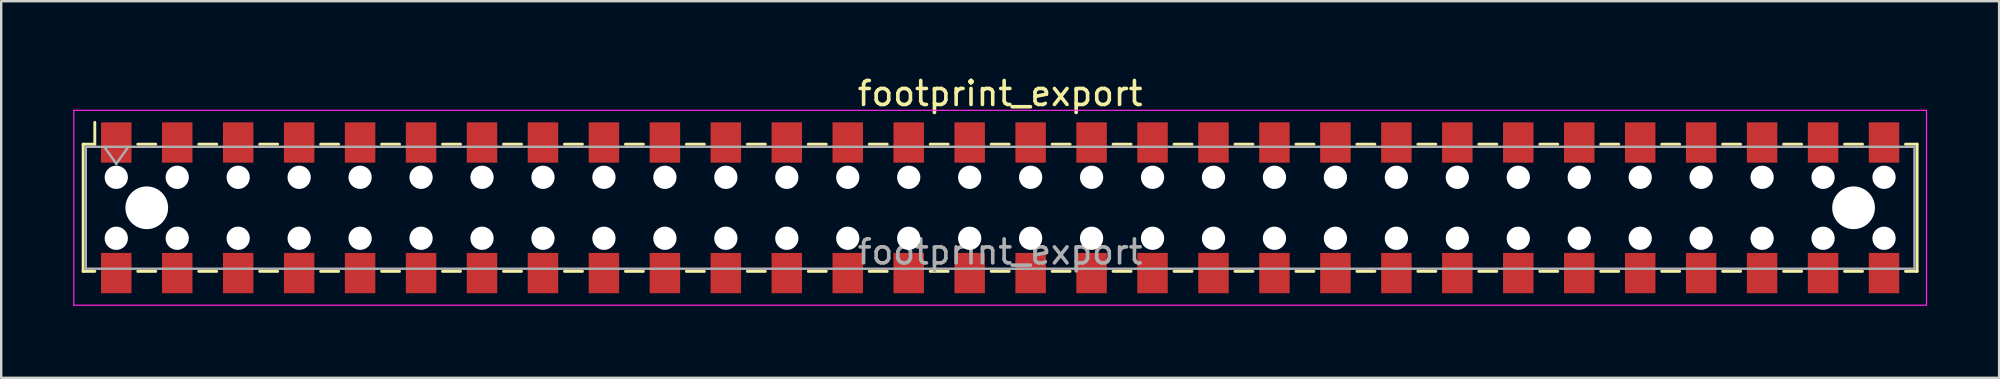
<source format=kicad_pcb>
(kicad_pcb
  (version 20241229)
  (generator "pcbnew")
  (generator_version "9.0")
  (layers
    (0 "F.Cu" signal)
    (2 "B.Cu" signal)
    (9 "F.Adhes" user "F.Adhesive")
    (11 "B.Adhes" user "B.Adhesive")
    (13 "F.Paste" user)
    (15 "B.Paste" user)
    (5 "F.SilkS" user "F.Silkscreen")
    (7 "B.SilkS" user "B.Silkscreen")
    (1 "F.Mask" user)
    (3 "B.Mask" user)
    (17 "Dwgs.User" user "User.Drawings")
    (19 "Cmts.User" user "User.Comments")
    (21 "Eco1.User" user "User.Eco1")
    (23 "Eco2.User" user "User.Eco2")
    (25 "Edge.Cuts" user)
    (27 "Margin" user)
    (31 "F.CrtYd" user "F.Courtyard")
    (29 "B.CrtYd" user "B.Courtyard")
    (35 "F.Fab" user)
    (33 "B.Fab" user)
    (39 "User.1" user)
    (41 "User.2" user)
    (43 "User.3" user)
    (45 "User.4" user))
  (footprint "footprint_export"
    (layer "F.Cu")
    (at 38.625 5.608)
    (property "Reference" "footprint_export" (at 0 -4.76 0) (layer "F.SilkS") (effects (font (size 1 1) (thickness 0.15))))
    (attr smd)
    (fp_line (start -38.21 -2.65) (end -38.21 2.65) (stroke (width 0.12) (type solid)) (layer "F.SilkS"))
    (fp_line (start -38.21 2.65) (end -37.725 2.65) (stroke (width 0.12) (type solid)) (layer "F.SilkS"))
    (fp_line (start -37.725 -3.56) (end -37.725 -2.65) (stroke (width 0.12) (type solid)) (layer "F.SilkS"))
    (fp_line (start -37.725 -2.65) (end -38.21 -2.65) (stroke (width 0.12) (type solid)) (layer "F.SilkS"))
    (fp_line (start -35.935 -2.65) (end -35.185 -2.65) (stroke (width 0.12) (type solid)) (layer "F.SilkS"))
    (fp_line (start -35.935 2.65) (end -35.185 2.65) (stroke (width 0.12) (type solid)) (layer "F.SilkS"))
    (fp_line (start -33.395 -2.65) (end -32.645 -2.65) (stroke (width 0.12) (type solid)) (layer "F.SilkS"))
    (fp_line (start -33.395 2.65) (end -32.645 2.65) (stroke (width 0.12) (type solid)) (layer "F.SilkS"))
    (fp_line (start -30.855 -2.65) (end -30.105 -2.65) (stroke (width 0.12) (type solid)) (layer "F.SilkS"))
    (fp_line (start -30.855 2.65) (end -30.105 2.65) (stroke (width 0.12) (type solid)) (layer "F.SilkS"))
    (fp_line (start -28.315 -2.65) (end -27.565 -2.65) (stroke (width 0.12) (type solid)) (layer "F.SilkS"))
    (fp_line (start -28.315 2.65) (end -27.565 2.65) (stroke (width 0.12) (type solid)) (layer "F.SilkS"))
    (fp_line (start -25.775 -2.65) (end -25.025 -2.65) (stroke (width 0.12) (type solid)) (layer "F.SilkS"))
    (fp_line (start -25.775 2.65) (end -25.025 2.65) (stroke (width 0.12) (type solid)) (layer "F.SilkS"))
    (fp_line (start -23.235 -2.65) (end -22.485 -2.65) (stroke (width 0.12) (type solid)) (layer "F.SilkS"))
    (fp_line (start -23.235 2.65) (end -22.485 2.65) (stroke (width 0.12) (type solid)) (layer "F.SilkS"))
    (fp_line (start -20.695 -2.65) (end -19.945 -2.65) (stroke (width 0.12) (type solid)) (layer "F.SilkS"))
    (fp_line (start -20.695 2.65) (end -19.945 2.65) (stroke (width 0.12) (type solid)) (layer "F.SilkS"))
    (fp_line (start -18.155 -2.65) (end -17.405 -2.65) (stroke (width 0.12) (type solid)) (layer "F.SilkS"))
    (fp_line (start -18.155 2.65) (end -17.405 2.65) (stroke (width 0.12) (type solid)) (layer "F.SilkS"))
    (fp_line (start -15.615 -2.65) (end -14.865 -2.65) (stroke (width 0.12) (type solid)) (layer "F.SilkS"))
    (fp_line (start -15.615 2.65) (end -14.865 2.65) (stroke (width 0.12) (type solid)) (layer "F.SilkS"))
    (fp_line (start -13.075 -2.65) (end -12.325 -2.65) (stroke (width 0.12) (type solid)) (layer "F.SilkS"))
    (fp_line (start -13.075 2.65) (end -12.325 2.65) (stroke (width 0.12) (type solid)) (layer "F.SilkS"))
    (fp_line (start -10.535 -2.65) (end -9.785 -2.65) (stroke (width 0.12) (type solid)) (layer "F.SilkS"))
    (fp_line (start -10.535 2.65) (end -9.785 2.65) (stroke (width 0.12) (type solid)) (layer "F.SilkS"))
    (fp_line (start -7.995 -2.65) (end -7.245 -2.65) (stroke (width 0.12) (type solid)) (layer "F.SilkS"))
    (fp_line (start -7.995 2.65) (end -7.245 2.65) (stroke (width 0.12) (type solid)) (layer "F.SilkS"))
    (fp_line (start -5.455 -2.65) (end -4.705 -2.65) (stroke (width 0.12) (type solid)) (layer "F.SilkS"))
    (fp_line (start -5.455 2.65) (end -4.705 2.65) (stroke (width 0.12) (type solid)) (layer "F.SilkS"))
    (fp_line (start -2.915 -2.65) (end -2.165 -2.65) (stroke (width 0.12) (type solid)) (layer "F.SilkS"))
    (fp_line (start -2.915 2.65) (end -2.165 2.65) (stroke (width 0.12) (type solid)) (layer "F.SilkS"))
    (fp_line (start -0.375 -2.65) (end 0.375 -2.65) (stroke (width 0.12) (type solid)) (layer "F.SilkS"))
    (fp_line (start -0.375 2.65) (end 0.375 2.65) (stroke (width 0.12) (type solid)) (layer "F.SilkS"))
    (fp_line (start 2.165 -2.65) (end 2.915 -2.65) (stroke (width 0.12) (type solid)) (layer "F.SilkS"))
    (fp_line (start 2.165 2.65) (end 2.915 2.65) (stroke (width 0.12) (type solid)) (layer "F.SilkS"))
    (fp_line (start 4.705 -2.65) (end 5.455 -2.65) (stroke (width 0.12) (type solid)) (layer "F.SilkS"))
    (fp_line (start 4.705 2.65) (end 5.455 2.65) (stroke (width 0.12) (type solid)) (layer "F.SilkS"))
    (fp_line (start 7.245 -2.65) (end 7.995 -2.65) (stroke (width 0.12) (type solid)) (layer "F.SilkS"))
    (fp_line (start 7.245 2.65) (end 7.995 2.65) (stroke (width 0.12) (type solid)) (layer "F.SilkS"))
    (fp_line (start 9.785 -2.65) (end 10.535 -2.65) (stroke (width 0.12) (type solid)) (layer "F.SilkS"))
    (fp_line (start 9.785 2.65) (end 10.535 2.65) (stroke (width 0.12) (type solid)) (layer "F.SilkS"))
    (fp_line (start 12.325 -2.65) (end 13.075 -2.65) (stroke (width 0.12) (type solid)) (layer "F.SilkS"))
    (fp_line (start 12.325 2.65) (end 13.075 2.65) (stroke (width 0.12) (type solid)) (layer "F.SilkS"))
    (fp_line (start 14.865 -2.65) (end 15.615 -2.65) (stroke (width 0.12) (type solid)) (layer "F.SilkS"))
    (fp_line (start 14.865 2.65) (end 15.615 2.65) (stroke (width 0.12) (type solid)) (layer "F.SilkS"))
    (fp_line (start 17.405 -2.65) (end 18.155 -2.65) (stroke (width 0.12) (type solid)) (layer "F.SilkS"))
    (fp_line (start 17.405 2.65) (end 18.155 2.65) (stroke (width 0.12) (type solid)) (layer "F.SilkS"))
    (fp_line (start 19.945 -2.65) (end 20.695 -2.65) (stroke (width 0.12) (type solid)) (layer "F.SilkS"))
    (fp_line (start 19.945 2.65) (end 20.695 2.65) (stroke (width 0.12) (type solid)) (layer "F.SilkS"))
    (fp_line (start 22.485 -2.65) (end 23.235 -2.65) (stroke (width 0.12) (type solid)) (layer "F.SilkS"))
    (fp_line (start 22.485 2.65) (end 23.235 2.65) (stroke (width 0.12) (type solid)) (layer "F.SilkS"))
    (fp_line (start 25.025 -2.65) (end 25.775 -2.65) (stroke (width 0.12) (type solid)) (layer "F.SilkS"))
    (fp_line (start 25.025 2.65) (end 25.775 2.65) (stroke (width 0.12) (type solid)) (layer "F.SilkS"))
    (fp_line (start 27.565 -2.65) (end 28.315 -2.65) (stroke (width 0.12) (type solid)) (layer "F.SilkS"))
    (fp_line (start 27.565 2.65) (end 28.315 2.65) (stroke (width 0.12) (type solid)) (layer "F.SilkS"))
    (fp_line (start 30.105 -2.65) (end 30.855 -2.65) (stroke (width 0.12) (type solid)) (layer "F.SilkS"))
    (fp_line (start 30.105 2.65) (end 30.855 2.65) (stroke (width 0.12) (type solid)) (layer "F.SilkS"))
    (fp_line (start 32.645 -2.65) (end 33.395 -2.65) (stroke (width 0.12) (type solid)) (layer "F.SilkS"))
    (fp_line (start 32.645 2.65) (end 33.395 2.65) (stroke (width 0.12) (type solid)) (layer "F.SilkS"))
    (fp_line (start 35.185 -2.65) (end 35.935 -2.65) (stroke (width 0.12) (type solid)) (layer "F.SilkS"))
    (fp_line (start 35.185 2.65) (end 35.935 2.65) (stroke (width 0.12) (type solid)) (layer "F.SilkS"))
    (fp_line (start 37.725 -2.65) (end 38.21 -2.65) (stroke (width 0.12) (type solid)) (layer "F.SilkS"))
    (fp_line (start 38.21 -2.65) (end 38.21 2.65) (stroke (width 0.12) (type solid)) (layer "F.SilkS"))
    (fp_line (start 38.21 2.65) (end 37.725 2.65) (stroke (width 0.12) (type solid)) (layer "F.SilkS"))
    (fp_line (start -38.6 -4.06) (end 38.6 -4.06) (stroke (width 0.05) (type solid)) (layer "F.CrtYd"))
    (fp_line (start -38.6 4.06) (end -38.6 -4.06) (stroke (width 0.05) (type solid)) (layer "F.CrtYd"))
    (fp_line (start 38.6 -4.06) (end 38.6 4.06) (stroke (width 0.05) (type solid)) (layer "F.CrtYd"))
    (fp_line (start 38.6 4.06) (end -38.6 4.06) (stroke (width 0.05) (type solid)) (layer "F.CrtYd"))
    (fp_line (start -38.1 -2.54) (end 38.1 -2.54) (stroke (width 0.1) (type solid)) (layer "F.Fab"))
    (fp_line (start -38.1 2.54) (end -38.1 -2.54) (stroke (width 0.1) (type solid)) (layer "F.Fab"))
    (fp_line (start -37.33 -2.54) (end -36.83 -1.833) (stroke (width 0.1) (type solid)) (layer "F.Fab"))
    (fp_line (start -36.83 -1.833) (end -36.33 -2.54) (stroke (width 0.1) (type solid)) (layer "F.Fab"))
    (fp_line (start 38.1 -2.54) (end 38.1 2.54) (stroke (width 0.1) (type solid)) (layer "F.Fab"))
    (fp_line (start 38.1 2.54) (end -38.1 2.54) (stroke (width 0.1) (type solid)) (layer "F.Fab"))
    (fp_text user "${REFERENCE}" (at 0 1.84 0) (layer "F.Fab") (effects (font (size 1 1) (thickness 0.15))))
    (pad "" np_thru_hole circle (at -36.83 -1.27) (size 0.97 0.97) (drill 0.97) (layers "*.Cu" "*.Mask"))
    (pad "" np_thru_hole circle (at -36.83 1.27) (size 0.97 0.97) (drill 0.97) (layers "*.Cu" "*.Mask"))
    (pad "" np_thru_hole circle (at -35.56 0) (size 1.78 1.78) (drill 1.78) (layers "*.Cu" "*.Mask"))
    (pad "" np_thru_hole circle (at -34.29 -1.27) (size 0.97 0.97) (drill 0.97) (layers "*.Cu" "*.Mask"))
    (pad "" np_thru_hole circle (at -34.29 1.27) (size 0.97 0.97) (drill 0.97) (layers "*.Cu" "*.Mask"))
    (pad "" np_thru_hole circle (at -31.75 -1.27) (size 0.97 0.97) (drill 0.97) (layers "*.Cu" "*.Mask"))
    (pad "" np_thru_hole circle (at -31.75 1.27) (size 0.97 0.97) (drill 0.97) (layers "*.Cu" "*.Mask"))
    (pad "" np_thru_hole circle (at -29.21 -1.27) (size 0.97 0.97) (drill 0.97) (layers "*.Cu" "*.Mask"))
    (pad "" np_thru_hole circle (at -29.21 1.27) (size 0.97 0.97) (drill 0.97) (layers "*.Cu" "*.Mask"))
    (pad "" np_thru_hole circle (at -26.67 -1.27) (size 0.97 0.97) (drill 0.97) (layers "*.Cu" "*.Mask"))
    (pad "" np_thru_hole circle (at -26.67 1.27) (size 0.97 0.97) (drill 0.97) (layers "*.Cu" "*.Mask"))
    (pad "" np_thru_hole circle (at -24.13 -1.27) (size 0.97 0.97) (drill 0.97) (layers "*.Cu" "*.Mask"))
    (pad "" np_thru_hole circle (at -24.13 1.27) (size 0.97 0.97) (drill 0.97) (layers "*.Cu" "*.Mask"))
    (pad "" np_thru_hole circle (at -21.59 -1.27) (size 0.97 0.97) (drill 0.97) (layers "*.Cu" "*.Mask"))
    (pad "" np_thru_hole circle (at -21.59 1.27) (size 0.97 0.97) (drill 0.97) (layers "*.Cu" "*.Mask"))
    (pad "" np_thru_hole circle (at -19.05 -1.27) (size 0.97 0.97) (drill 0.97) (layers "*.Cu" "*.Mask"))
    (pad "" np_thru_hole circle (at -19.05 1.27) (size 0.97 0.97) (drill 0.97) (layers "*.Cu" "*.Mask"))
    (pad "" np_thru_hole circle (at -16.51 -1.27) (size 0.97 0.97) (drill 0.97) (layers "*.Cu" "*.Mask"))
    (pad "" np_thru_hole circle (at -16.51 1.27) (size 0.97 0.97) (drill 0.97) (layers "*.Cu" "*.Mask"))
    (pad "" np_thru_hole circle (at -13.97 -1.27) (size 0.97 0.97) (drill 0.97) (layers "*.Cu" "*.Mask"))
    (pad "" np_thru_hole circle (at -13.97 1.27) (size 0.97 0.97) (drill 0.97) (layers "*.Cu" "*.Mask"))
    (pad "" np_thru_hole circle (at -11.43 -1.27) (size 0.97 0.97) (drill 0.97) (layers "*.Cu" "*.Mask"))
    (pad "" np_thru_hole circle (at -11.43 1.27) (size 0.97 0.97) (drill 0.97) (layers "*.Cu" "*.Mask"))
    (pad "" np_thru_hole circle (at -8.89 -1.27) (size 0.97 0.97) (drill 0.97) (layers "*.Cu" "*.Mask"))
    (pad "" np_thru_hole circle (at -8.89 1.27) (size 0.97 0.97) (drill 0.97) (layers "*.Cu" "*.Mask"))
    (pad "" np_thru_hole circle (at -6.35 -1.27) (size 0.97 0.97) (drill 0.97) (layers "*.Cu" "*.Mask"))
    (pad "" np_thru_hole circle (at -6.35 1.27) (size 0.97 0.97) (drill 0.97) (layers "*.Cu" "*.Mask"))
    (pad "" np_thru_hole circle (at -3.81 -1.27) (size 0.97 0.97) (drill 0.97) (layers "*.Cu" "*.Mask"))
    (pad "" np_thru_hole circle (at -3.81 1.27) (size 0.97 0.97) (drill 0.97) (layers "*.Cu" "*.Mask"))
    (pad "" np_thru_hole circle (at -1.27 -1.27) (size 0.97 0.97) (drill 0.97) (layers "*.Cu" "*.Mask"))
    (pad "" np_thru_hole circle (at -1.27 1.27) (size 0.97 0.97) (drill 0.97) (layers "*.Cu" "*.Mask"))
    (pad "" np_thru_hole circle (at 1.27 -1.27) (size 0.97 0.97) (drill 0.97) (layers "*.Cu" "*.Mask"))
    (pad "" np_thru_hole circle (at 1.27 1.27) (size 0.97 0.97) (drill 0.97) (layers "*.Cu" "*.Mask"))
    (pad "" np_thru_hole circle (at 3.81 -1.27) (size 0.97 0.97) (drill 0.97) (layers "*.Cu" "*.Mask"))
    (pad "" np_thru_hole circle (at 3.81 1.27) (size 0.97 0.97) (drill 0.97) (layers "*.Cu" "*.Mask"))
    (pad "" np_thru_hole circle (at 6.35 -1.27) (size 0.97 0.97) (drill 0.97) (layers "*.Cu" "*.Mask"))
    (pad "" np_thru_hole circle (at 6.35 1.27) (size 0.97 0.97) (drill 0.97) (layers "*.Cu" "*.Mask"))
    (pad "" np_thru_hole circle (at 8.89 -1.27) (size 0.97 0.97) (drill 0.97) (layers "*.Cu" "*.Mask"))
    (pad "" np_thru_hole circle (at 8.89 1.27) (size 0.97 0.97) (drill 0.97) (layers "*.Cu" "*.Mask"))
    (pad "" np_thru_hole circle (at 11.43 -1.27) (size 0.97 0.97) (drill 0.97) (layers "*.Cu" "*.Mask"))
    (pad "" np_thru_hole circle (at 11.43 1.27) (size 0.97 0.97) (drill 0.97) (layers "*.Cu" "*.Mask"))
    (pad "" np_thru_hole circle (at 13.97 -1.27) (size 0.97 0.97) (drill 0.97) (layers "*.Cu" "*.Mask"))
    (pad "" np_thru_hole circle (at 13.97 1.27) (size 0.97 0.97) (drill 0.97) (layers "*.Cu" "*.Mask"))
    (pad "" np_thru_hole circle (at 16.51 -1.27) (size 0.97 0.97) (drill 0.97) (layers "*.Cu" "*.Mask"))
    (pad "" np_thru_hole circle (at 16.51 1.27) (size 0.97 0.97) (drill 0.97) (layers "*.Cu" "*.Mask"))
    (pad "" np_thru_hole circle (at 19.05 -1.27) (size 0.97 0.97) (drill 0.97) (layers "*.Cu" "*.Mask"))
    (pad "" np_thru_hole circle (at 19.05 1.27) (size 0.97 0.97) (drill 0.97) (layers "*.Cu" "*.Mask"))
    (pad "" np_thru_hole circle (at 21.59 -1.27) (size 0.97 0.97) (drill 0.97) (layers "*.Cu" "*.Mask"))
    (pad "" np_thru_hole circle (at 21.59 1.27) (size 0.97 0.97) (drill 0.97) (layers "*.Cu" "*.Mask"))
    (pad "" np_thru_hole circle (at 24.13 -1.27) (size 0.97 0.97) (drill 0.97) (layers "*.Cu" "*.Mask"))
    (pad "" np_thru_hole circle (at 24.13 1.27) (size 0.97 0.97) (drill 0.97) (layers "*.Cu" "*.Mask"))
    (pad "" np_thru_hole circle (at 26.67 -1.27) (size 0.97 0.97) (drill 0.97) (layers "*.Cu" "*.Mask"))
    (pad "" np_thru_hole circle (at 26.67 1.27) (size 0.97 0.97) (drill 0.97) (layers "*.Cu" "*.Mask"))
    (pad "" np_thru_hole circle (at 29.21 -1.27) (size 0.97 0.97) (drill 0.97) (layers "*.Cu" "*.Mask"))
    (pad "" np_thru_hole circle (at 29.21 1.27) (size 0.97 0.97) (drill 0.97) (layers "*.Cu" "*.Mask"))
    (pad "" np_thru_hole circle (at 31.75 -1.27) (size 0.97 0.97) (drill 0.97) (layers "*.Cu" "*.Mask"))
    (pad "" np_thru_hole circle (at 31.75 1.27) (size 0.97 0.97) (drill 0.97) (layers "*.Cu" "*.Mask"))
    (pad "" np_thru_hole circle (at 34.29 -1.27) (size 0.97 0.97) (drill 0.97) (layers "*.Cu" "*.Mask"))
    (pad "" np_thru_hole circle (at 34.29 1.27) (size 0.97 0.97) (drill 0.97) (layers "*.Cu" "*.Mask"))
    (pad "" np_thru_hole circle (at 35.56 0) (size 1.78 1.78) (drill 1.78) (layers "*.Cu" "*.Mask"))
    (pad "" np_thru_hole circle (at 36.83 -1.27) (size 0.97 0.97) (drill 0.97) (layers "*.Cu" "*.Mask"))
    (pad "" np_thru_hole circle (at 36.83 1.27) (size 0.97 0.97) (drill 0.97) (layers "*.Cu" "*.Mask"))
    (pad "1" smd rect (at -36.83 -2.72) (size 1.27 1.68) (layers "F.Cu" "F.Mask" "F.Paste"))
    (pad "2" smd rect (at -36.83 2.72) (size 1.27 1.68) (layers "F.Cu" "F.Mask" "F.Paste"))
    (pad "3" smd rect (at -34.29 -2.72) (size 1.27 1.68) (layers "F.Cu" "F.Mask" "F.Paste"))
    (pad "4" smd rect (at -34.29 2.72) (size 1.27 1.68) (layers "F.Cu" "F.Mask" "F.Paste"))
    (pad "5" smd rect (at -31.75 -2.72) (size 1.27 1.68) (layers "F.Cu" "F.Mask" "F.Paste"))
    (pad "6" smd rect (at -31.75 2.72) (size 1.27 1.68) (layers "F.Cu" "F.Mask" "F.Paste"))
    (pad "7" smd rect (at -29.21 -2.72) (size 1.27 1.68) (layers "F.Cu" "F.Mask" "F.Paste"))
    (pad "8" smd rect (at -29.21 2.72) (size 1.27 1.68) (layers "F.Cu" "F.Mask" "F.Paste"))
    (pad "9" smd rect (at -26.67 -2.72) (size 1.27 1.68) (layers "F.Cu" "F.Mask" "F.Paste"))
    (pad "10" smd rect (at -26.67 2.72) (size 1.27 1.68) (layers "F.Cu" "F.Mask" "F.Paste"))
    (pad "11" smd rect (at -24.13 -2.72) (size 1.27 1.68) (layers "F.Cu" "F.Mask" "F.Paste"))
    (pad "12" smd rect (at -24.13 2.72) (size 1.27 1.68) (layers "F.Cu" "F.Mask" "F.Paste"))
    (pad "13" smd rect (at -21.59 -2.72) (size 1.27 1.68) (layers "F.Cu" "F.Mask" "F.Paste"))
    (pad "14" smd rect (at -21.59 2.72) (size 1.27 1.68) (layers "F.Cu" "F.Mask" "F.Paste"))
    (pad "15" smd rect (at -19.05 -2.72) (size 1.27 1.68) (layers "F.Cu" "F.Mask" "F.Paste"))
    (pad "16" smd rect (at -19.05 2.72) (size 1.27 1.68) (layers "F.Cu" "F.Mask" "F.Paste"))
    (pad "17" smd rect (at -16.51 -2.72) (size 1.27 1.68) (layers "F.Cu" "F.Mask" "F.Paste"))
    (pad "18" smd rect (at -16.51 2.72) (size 1.27 1.68) (layers "F.Cu" "F.Mask" "F.Paste"))
    (pad "19" smd rect (at -13.97 -2.72) (size 1.27 1.68) (layers "F.Cu" "F.Mask" "F.Paste"))
    (pad "20" smd rect (at -13.97 2.72) (size 1.27 1.68) (layers "F.Cu" "F.Mask" "F.Paste"))
    (pad "21" smd rect (at -11.43 -2.72) (size 1.27 1.68) (layers "F.Cu" "F.Mask" "F.Paste"))
    (pad "22" smd rect (at -11.43 2.72) (size 1.27 1.68) (layers "F.Cu" "F.Mask" "F.Paste"))
    (pad "23" smd rect (at -8.89 -2.72) (size 1.27 1.68) (layers "F.Cu" "F.Mask" "F.Paste"))
    (pad "24" smd rect (at -8.89 2.72) (size 1.27 1.68) (layers "F.Cu" "F.Mask" "F.Paste"))
    (pad "25" smd rect (at -6.35 -2.72) (size 1.27 1.68) (layers "F.Cu" "F.Mask" "F.Paste"))
    (pad "26" smd rect (at -6.35 2.72) (size 1.27 1.68) (layers "F.Cu" "F.Mask" "F.Paste"))
    (pad "27" smd rect (at -3.81 -2.72) (size 1.27 1.68) (layers "F.Cu" "F.Mask" "F.Paste"))
    (pad "28" smd rect (at -3.81 2.72) (size 1.27 1.68) (layers "F.Cu" "F.Mask" "F.Paste"))
    (pad "29" smd rect (at -1.27 -2.72) (size 1.27 1.68) (layers "F.Cu" "F.Mask" "F.Paste"))
    (pad "30" smd rect (at -1.27 2.72) (size 1.27 1.68) (layers "F.Cu" "F.Mask" "F.Paste"))
    (pad "31" smd rect (at 1.27 -2.72) (size 1.27 1.68) (layers "F.Cu" "F.Mask" "F.Paste"))
    (pad "32" smd rect (at 1.27 2.72) (size 1.27 1.68) (layers "F.Cu" "F.Mask" "F.Paste"))
    (pad "33" smd rect (at 3.81 -2.72) (size 1.27 1.68) (layers "F.Cu" "F.Mask" "F.Paste"))
    (pad "34" smd rect (at 3.81 2.72) (size 1.27 1.68) (layers "F.Cu" "F.Mask" "F.Paste"))
    (pad "35" smd rect (at 6.35 -2.72) (size 1.27 1.68) (layers "F.Cu" "F.Mask" "F.Paste"))
    (pad "36" smd rect (at 6.35 2.72) (size 1.27 1.68) (layers "F.Cu" "F.Mask" "F.Paste"))
    (pad "37" smd rect (at 8.89 -2.72) (size 1.27 1.68) (layers "F.Cu" "F.Mask" "F.Paste"))
    (pad "38" smd rect (at 8.89 2.72) (size 1.27 1.68) (layers "F.Cu" "F.Mask" "F.Paste"))
    (pad "39" smd rect (at 11.43 -2.72) (size 1.27 1.68) (layers "F.Cu" "F.Mask" "F.Paste"))
    (pad "40" smd rect (at 11.43 2.72) (size 1.27 1.68) (layers "F.Cu" "F.Mask" "F.Paste"))
    (pad "41" smd rect (at 13.97 -2.72) (size 1.27 1.68) (layers "F.Cu" "F.Mask" "F.Paste"))
    (pad "42" smd rect (at 13.97 2.72) (size 1.27 1.68) (layers "F.Cu" "F.Mask" "F.Paste"))
    (pad "43" smd rect (at 16.51 -2.72) (size 1.27 1.68) (layers "F.Cu" "F.Mask" "F.Paste"))
    (pad "44" smd rect (at 16.51 2.72) (size 1.27 1.68) (layers "F.Cu" "F.Mask" "F.Paste"))
    (pad "45" smd rect (at 19.05 -2.72) (size 1.27 1.68) (layers "F.Cu" "F.Mask" "F.Paste"))
    (pad "46" smd rect (at 19.05 2.72) (size 1.27 1.68) (layers "F.Cu" "F.Mask" "F.Paste"))
    (pad "47" smd rect (at 21.59 -2.72) (size 1.27 1.68) (layers "F.Cu" "F.Mask" "F.Paste"))
    (pad "48" smd rect (at 21.59 2.72) (size 1.27 1.68) (layers "F.Cu" "F.Mask" "F.Paste"))
    (pad "49" smd rect (at 24.13 -2.72) (size 1.27 1.68) (layers "F.Cu" "F.Mask" "F.Paste"))
    (pad "50" smd rect (at 24.13 2.72) (size 1.27 1.68) (layers "F.Cu" "F.Mask" "F.Paste"))
    (pad "51" smd rect (at 26.67 -2.72) (size 1.27 1.68) (layers "F.Cu" "F.Mask" "F.Paste"))
    (pad "52" smd rect (at 26.67 2.72) (size 1.27 1.68) (layers "F.Cu" "F.Mask" "F.Paste"))
    (pad "53" smd rect (at 29.21 -2.72) (size 1.27 1.68) (layers "F.Cu" "F.Mask" "F.Paste"))
    (pad "54" smd rect (at 29.21 2.72) (size 1.27 1.68) (layers "F.Cu" "F.Mask" "F.Paste"))
    (pad "55" smd rect (at 31.75 -2.72) (size 1.27 1.68) (layers "F.Cu" "F.Mask" "F.Paste"))
    (pad "56" smd rect (at 31.75 2.72) (size 1.27 1.68) (layers "F.Cu" "F.Mask" "F.Paste"))
    (pad "57" smd rect (at 34.29 -2.72) (size 1.27 1.68) (layers "F.Cu" "F.Mask" "F.Paste"))
    (pad "58" smd rect (at 34.29 2.72) (size 1.27 1.68) (layers "F.Cu" "F.Mask" "F.Paste"))
    (pad "59" smd rect (at 36.83 -2.72) (size 1.27 1.68) (layers "F.Cu" "F.Mask" "F.Paste"))
    (pad "60" smd rect (at 36.83 2.72) (size 1.27 1.68) (layers "F.Cu" "F.Mask" "F.Paste")))
  (gr_rect
    (start -3 -3)
    (end 80.25 12.693)
    (stroke (width 0.1) (type default))
    (fill no)
    (layer "Edge.Cuts")))
</source>
